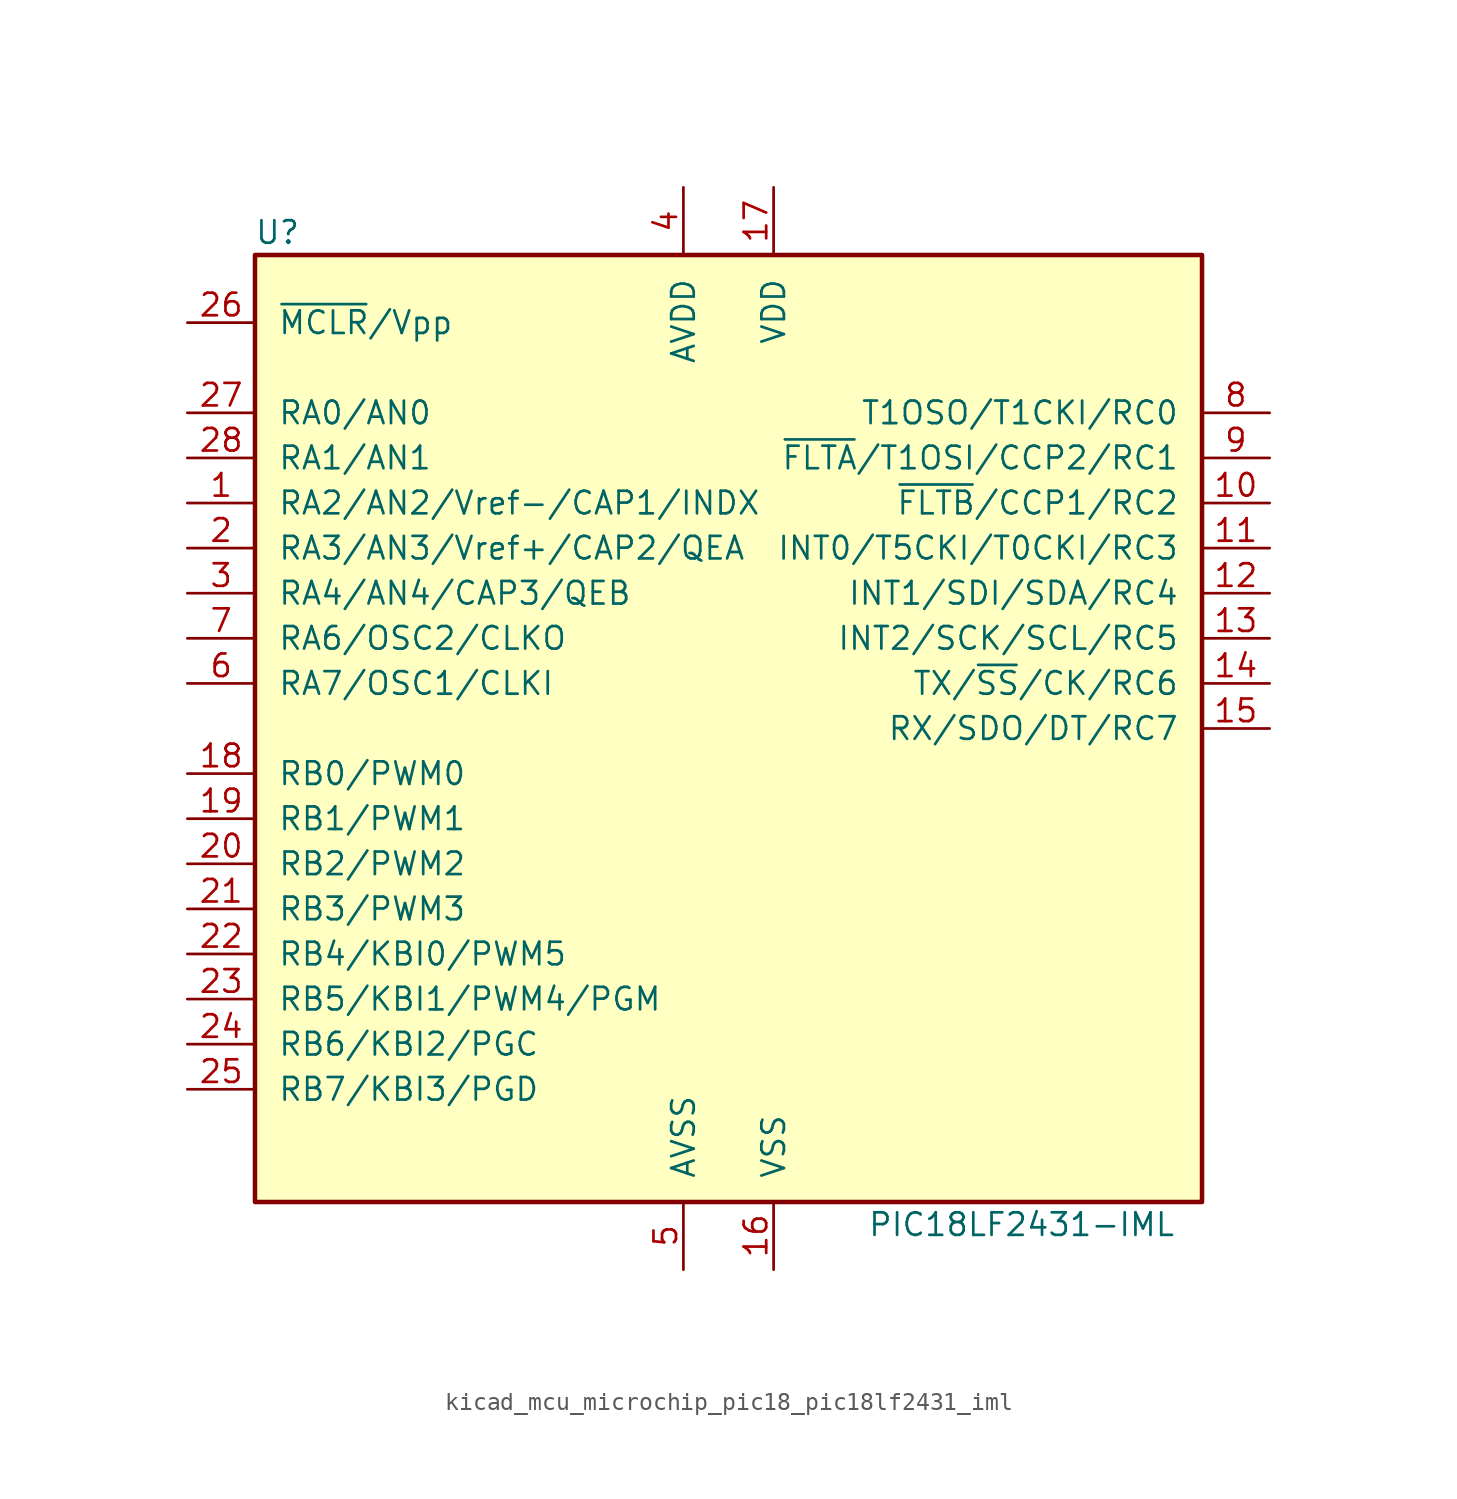
<source format=kicad_sym>
(kicad_symbol_lib
  (version 20220914)
  (generator kicad_symbol_editor)
  (symbol "kicad_mcu_microchip_pic18_pic18lf2431_iml"
    (pin_names
      (offset 1.27))
    (property "Reference" "U"
      (at -25.4 27.94 0)
      (effects (font (size 1.27 1.27))))
    (property "Value" "PIC18LF2431-IML"
      (at 16.51 -27.94 0)
      (effects (font (size 1.27 1.27))))
    (symbol "kicad_mcu_microchip_pic18_pic18lf2431_iml_0_1"
      (rectangle (start -26.67 26.67) (end 26.67 -26.67) (stroke (width 0.254) (type default)) (fill (type background))))
    (symbol "kicad_mcu_microchip_pic18_pic18lf2431_iml_1_1"
      (pin bidirectional line (at -30.48 12.7 0) (length 3.81) (name "RA2/AN2/Vref-/CAP1/INDX" (effects (font (size 1.27 1.27)))) (number "1" (effects (font (size 1.27 1.27)))))
      (pin bidirectional line (at 30.48 12.7 180) (length 3.81) (name "~{FLTB}/CCP1/RC2" (effects (font (size 1.27 1.27)))) (number "10" (effects (font (size 1.27 1.27)))))
      (pin bidirectional line (at 30.48 10.16 180) (length 3.81) (name "INT0/T5CKI/T0CKI/RC3" (effects (font (size 1.27 1.27)))) (number "11" (effects (font (size 1.27 1.27)))))
      (pin bidirectional line (at 30.48 7.62 180) (length 3.81) (name "INT1/SDI/SDA/RC4" (effects (font (size 1.27 1.27)))) (number "12" (effects (font (size 1.27 1.27)))))
      (pin bidirectional line (at 30.48 5.08 180) (length 3.81) (name "INT2/SCK/SCL/RC5" (effects (font (size 1.27 1.27)))) (number "13" (effects (font (size 1.27 1.27)))))
      (pin bidirectional line (at 30.48 2.54 180) (length 3.81) (name "TX/~{SS}/CK/RC6" (effects (font (size 1.27 1.27)))) (number "14" (effects (font (size 1.27 1.27)))))
      (pin bidirectional line (at 30.48 0 180) (length 3.81) (name "RX/SDO/DT/RC7" (effects (font (size 1.27 1.27)))) (number "15" (effects (font (size 1.27 1.27)))))
      (pin power_in line (at 2.54 -30.48 90) (length 3.81) (name "VSS" (effects (font (size 1.27 1.27)))) (number "16" (effects (font (size 1.27 1.27)))))
      (pin power_in line (at 2.54 30.48 270) (length 3.81) (name "VDD" (effects (font (size 1.27 1.27)))) (number "17" (effects (font (size 1.27 1.27)))))
      (pin bidirectional line (at -30.48 -2.54 0) (length 3.81) (name "RB0/PWM0" (effects (font (size 1.27 1.27)))) (number "18" (effects (font (size 1.27 1.27)))))
      (pin bidirectional line (at -30.48 -5.08 0) (length 3.81) (name "RB1/PWM1" (effects (font (size 1.27 1.27)))) (number "19" (effects (font (size 1.27 1.27)))))
      (pin bidirectional line (at -30.48 10.16 0) (length 3.81) (name "RA3/AN3/Vref+/CAP2/QEA" (effects (font (size 1.27 1.27)))) (number "2" (effects (font (size 1.27 1.27)))))
      (pin bidirectional line (at -30.48 -7.62 0) (length 3.81) (name "RB2/PWM2" (effects (font (size 1.27 1.27)))) (number "20" (effects (font (size 1.27 1.27)))))
      (pin bidirectional line (at -30.48 -10.16 0) (length 3.81) (name "RB3/PWM3" (effects (font (size 1.27 1.27)))) (number "21" (effects (font (size 1.27 1.27)))))
      (pin bidirectional line (at -30.48 -12.7 0) (length 3.81) (name "RB4/KBI0/PWM5" (effects (font (size 1.27 1.27)))) (number "22" (effects (font (size 1.27 1.27)))))
      (pin bidirectional line (at -30.48 -15.24 0) (length 3.81) (name "RB5/KBI1/PWM4/PGM" (effects (font (size 1.27 1.27)))) (number "23" (effects (font (size 1.27 1.27)))))
      (pin bidirectional line (at -30.48 -17.78 0) (length 3.81) (name "RB6/KBI2/PGC" (effects (font (size 1.27 1.27)))) (number "24" (effects (font (size 1.27 1.27)))))
      (pin bidirectional line (at -30.48 -20.32 0) (length 3.81) (name "RB7/KBI3/PGD" (effects (font (size 1.27 1.27)))) (number "25" (effects (font (size 1.27 1.27)))))
      (pin input line (at -30.48 22.86 0) (length 3.81) (name "~{MCLR}/Vpp" (effects (font (size 1.27 1.27)))) (number "26" (effects (font (size 1.27 1.27)))))
      (pin bidirectional line (at -30.48 17.78 0) (length 3.81) (name "RA0/AN0" (effects (font (size 1.27 1.27)))) (number "27" (effects (font (size 1.27 1.27)))))
      (pin bidirectional line (at -30.48 15.24 0) (length 3.81) (name "RA1/AN1" (effects (font (size 1.27 1.27)))) (number "28" (effects (font (size 1.27 1.27)))))
      (pin bidirectional line (at -30.48 7.62 0) (length 3.81) (name "RA4/AN4/CAP3/QEB" (effects (font (size 1.27 1.27)))) (number "3" (effects (font (size 1.27 1.27)))))
      (pin power_in line (at -2.54 30.48 270) (length 3.81) (name "AVDD" (effects (font (size 1.27 1.27)))) (number "4" (effects (font (size 1.27 1.27)))))
      (pin power_in line (at -2.54 -30.48 90) (length 3.81) (name "AVSS" (effects (font (size 1.27 1.27)))) (number "5" (effects (font (size 1.27 1.27)))))
      (pin bidirectional line (at -30.48 2.54 0) (length 3.81) (name "RA7/OSC1/CLKI" (effects (font (size 1.27 1.27)))) (number "6" (effects (font (size 1.27 1.27)))))
      (pin bidirectional line (at -30.48 5.08 0) (length 3.81) (name "RA6/OSC2/CLKO" (effects (font (size 1.27 1.27)))) (number "7" (effects (font (size 1.27 1.27)))))
      (pin bidirectional line (at 30.48 17.78 180) (length 3.81) (name "T1OSO/T1CKI/RC0" (effects (font (size 1.27 1.27)))) (number "8" (effects (font (size 1.27 1.27)))))
      (pin bidirectional line (at 30.48 15.24 180) (length 3.81) (name "~{FLTA}/T1OSI/CCP2/RC1" (effects (font (size 1.27 1.27)))) (number "9" (effects (font (size 1.27 1.27))))))))
</source>
